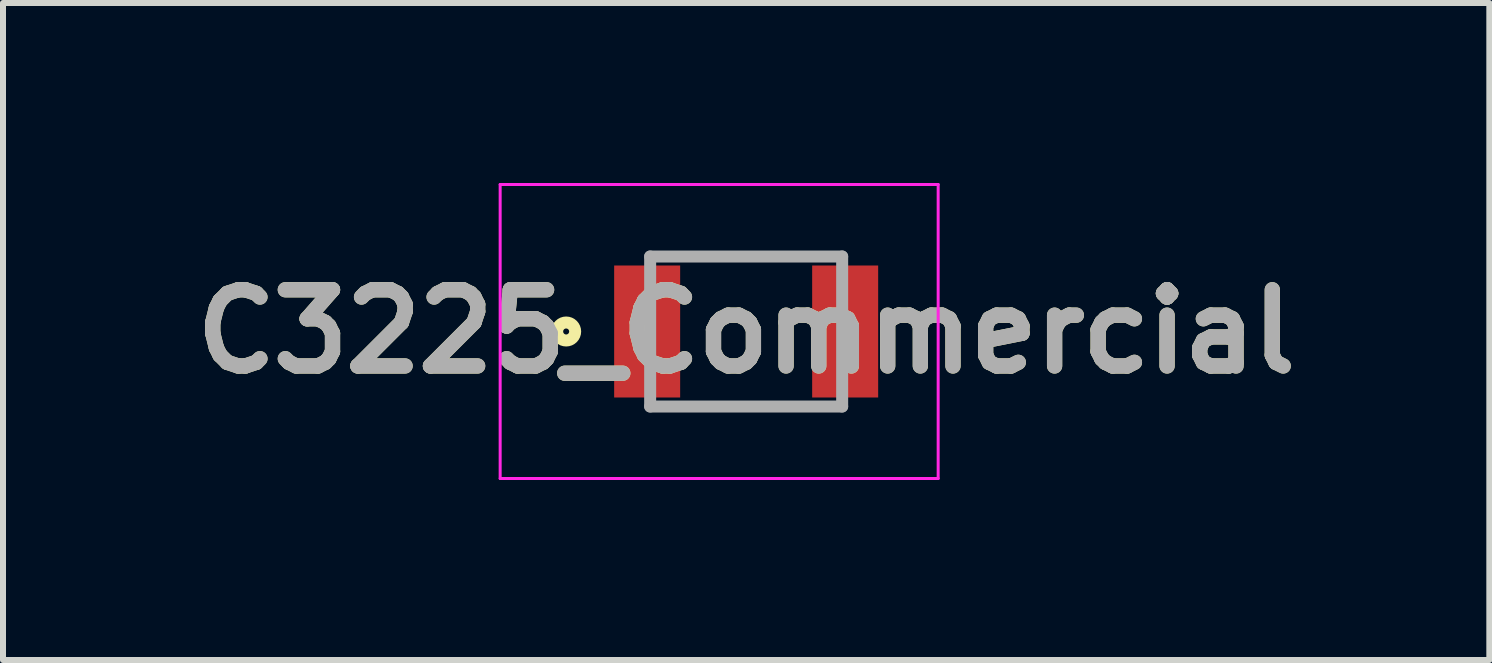
<source format=kicad_pcb>
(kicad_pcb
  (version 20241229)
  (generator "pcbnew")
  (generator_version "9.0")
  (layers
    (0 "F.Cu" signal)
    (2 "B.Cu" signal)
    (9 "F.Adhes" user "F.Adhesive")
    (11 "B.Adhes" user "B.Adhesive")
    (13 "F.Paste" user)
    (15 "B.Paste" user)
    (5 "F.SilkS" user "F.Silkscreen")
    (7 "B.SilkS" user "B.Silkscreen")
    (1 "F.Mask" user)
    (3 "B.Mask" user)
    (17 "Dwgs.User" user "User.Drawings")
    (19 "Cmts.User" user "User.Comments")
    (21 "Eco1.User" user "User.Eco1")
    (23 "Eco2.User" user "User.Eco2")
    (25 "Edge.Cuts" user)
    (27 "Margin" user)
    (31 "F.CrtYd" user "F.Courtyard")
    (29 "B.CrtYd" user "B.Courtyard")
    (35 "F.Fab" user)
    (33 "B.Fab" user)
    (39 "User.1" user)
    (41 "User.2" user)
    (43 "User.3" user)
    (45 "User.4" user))
  (footprint "C3225_Commercial"
    (layer "F.Cu")
    (at 9.386 2.475)
    (property "Reference" "C3225_Commercial" (at 0 0 0) (layer "F.SilkS") (effects (font (size 1.27 1.27) (thickness 0.254))))
    (attr smd)
    (fp_circle (center -3 0) (end -3 0.05) (stroke (width 0.2) (type solid)) (fill no) (layer "F.SilkS"))
    (fp_line (start -4.1 -2.45) (end 3.2 -2.45) (stroke (width 0.05) (type solid)) (layer "F.CrtYd"))
    (fp_line (start -4.1 2.45) (end -4.1 -2.45) (stroke (width 0.05) (type solid)) (layer "F.CrtYd"))
    (fp_line (start 3.2 -2.45) (end 3.2 2.45) (stroke (width 0.05) (type solid)) (layer "F.CrtYd"))
    (fp_line (start 3.2 2.45) (end -4.1 2.45) (stroke (width 0.05) (type solid)) (layer "F.CrtYd"))
    (fp_line (start -1.6 -1.25) (end 1.6 -1.25) (stroke (width 0.2) (type solid)) (layer "F.Fab"))
    (fp_line (start -1.6 1.25) (end -1.6 -1.25) (stroke (width 0.2) (type solid)) (layer "F.Fab"))
    (fp_line (start 1.6 -1.25) (end 1.6 1.25) (stroke (width 0.2) (type solid)) (layer "F.Fab"))
    (fp_line (start 1.6 1.25) (end -1.6 1.25) (stroke (width 0.2) (type solid)) (layer "F.Fab"))
    (fp_text user "${REFERENCE}" (at 0 0 0) (layer "F.Fab") (effects (font (size 1.27 1.27) (thickness 0.254))))
    (pad "1" smd rect (at -1.65 0) (size 1.1 2.2) (layers "F.Cu" "F.Mask" "F.Paste"))
    (pad "2" smd rect (at 1.65 0) (size 1.1 2.2) (layers "F.Cu" "F.Mask" "F.Paste")))
  (gr_rect
    (start -3 -3)
    (end 21.772 7.95)
    (stroke (width 0.1) (type default))
    (fill no)
    (layer "Edge.Cuts")))
</source>
